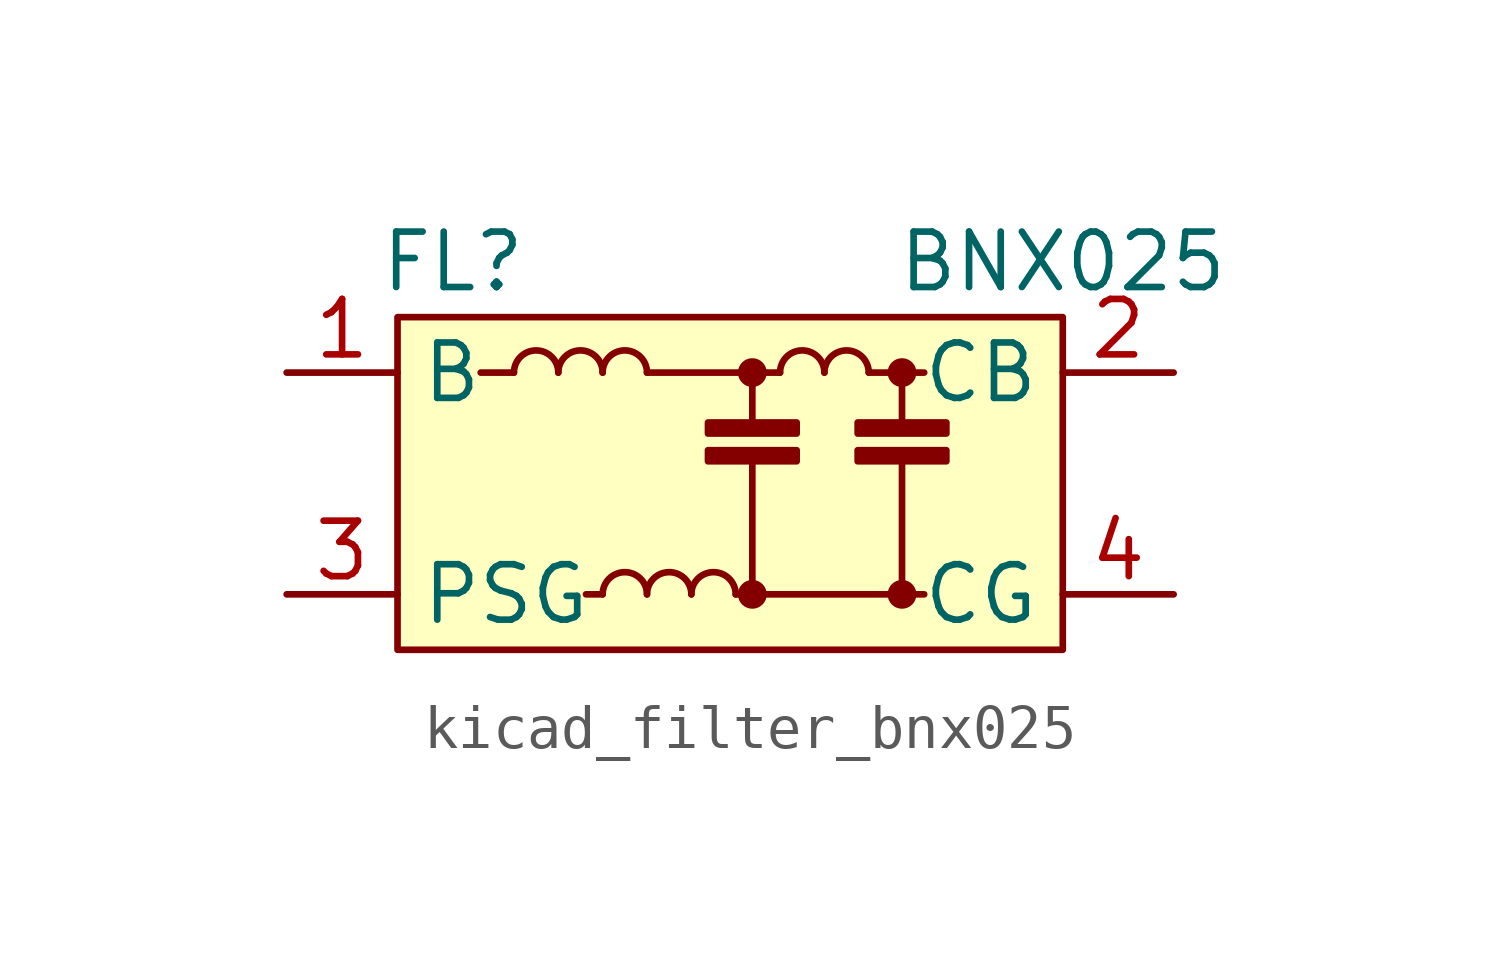
<source format=kicad_sym>
(kicad_symbol_lib
  (version 20220914)
  (generator kicad_symbol_editor)
  (symbol "kicad_filter_bnx025"
    (property "Reference" "FL"
      (at -6.35 5.08 0)
      (effects (font (size 1.27 1.27))))
    (property "Value" "BNX025"
      (at 7.62 5.08 0)
      (effects (font (size 1.27 1.27))))
    (symbol "kicad_filter_bnx025_0_1"
      (rectangle (start -7.62 3.81) (end 7.62 -3.81) (stroke (width 0) (type default)) (fill (type background)))
      (arc (start -1.905 -2.54) (mid -2.413 -2.0342) (end -2.921 -2.54) (stroke (width 0) (type default)) (fill (type none)))
      (arc (start -0.889 -2.54) (mid -1.397 -2.0342) (end -1.905 -2.54) (stroke (width 0) (type default)) (fill (type none)))
      (rectangle (start -0.508 0.508) (end 1.524 0.762) (stroke (width 0) (type default)) (fill (type outline)))
      (polyline (pts (xy -4.953 2.54) (xy -5.715 2.54)) (stroke (width 0) (type default)) (fill (type none)))
      (polyline (pts (xy -3.302 -2.54) (xy -2.921 -2.54)) (stroke (width 0) (type default)) (fill (type none)))
      (polyline (pts (xy 0.127 -2.54) (xy 0.508 -2.54)) (stroke (width 0) (type default)) (fill (type none)))
      (polyline (pts (xy 0.381 2.54) (xy -1.905 2.54)) (stroke (width 0) (type default)) (fill (type none)))
      (polyline (pts (xy 0.508 -2.54) (xy 0.508 0.508)) (stroke (width 0) (type default)) (fill (type none)))
      (polyline (pts (xy 0.508 2.54) (xy 0.508 1.27)) (stroke (width 0) (type default)) (fill (type none)))
      (polyline (pts (xy 1.143 2.54) (xy 0.508 2.54)) (stroke (width 0) (type default)) (fill (type none)))
      (polyline (pts (xy 3.175 2.54) (xy 3.937 2.54)) (stroke (width 0) (type default)) (fill (type none)))
      (polyline (pts (xy 3.937 -2.54) (xy 0.508 -2.54)) (stroke (width 0) (type default)) (fill (type none)))
      (polyline (pts (xy 3.937 -2.54) (xy 3.937 0.508)) (stroke (width 0) (type default)) (fill (type none)))
      (polyline (pts (xy 3.937 -2.54) (xy 4.445 -2.54)) (stroke (width 0) (type default)) (fill (type none)))
      (polyline (pts (xy 3.937 2.54) (xy 3.937 1.27)) (stroke (width 0) (type default)) (fill (type none)))
      (polyline (pts (xy 3.937 2.54) (xy 4.445 2.54)) (stroke (width 0) (type default)) (fill (type none)))
      (arc (start 0.127 -2.54) (mid -0.381 -2.0342) (end -0.889 -2.54) (stroke (width 0) (type default)) (fill (type none)))
      (circle (center 0.508 2.54) (radius 0.254) (stroke (width 0) (type default)) (fill (type outline)))
      (rectangle (start 1.524 1.143) (end -0.508 1.397) (stroke (width 0) (type default)) (fill (type outline)))
      (arc (start 2.159 2.54) (mid 1.651 3.0458) (end 1.143 2.54) (stroke (width 0) (type default)) (fill (type none)))
      (arc (start 3.175 2.54) (mid 2.667 3.0458) (end 2.159 2.54) (stroke (width 0) (type default)) (fill (type none))))
    (symbol "kicad_filter_bnx025_1_1"
      (arc (start -3.937 2.54) (mid -4.445 3.0458) (end -4.953 2.54) (stroke (width 0) (type default)) (fill (type none)))
      (arc (start -2.921 2.54) (mid -3.429 3.0458) (end -3.937 2.54) (stroke (width 0) (type default)) (fill (type none)))
      (arc (start -1.905 2.54) (mid -2.413 3.0458) (end -2.921 2.54) (stroke (width 0) (type default)) (fill (type none)))
      (circle (center 0.508 -2.54) (radius 0.254) (stroke (width 0) (type default)) (fill (type outline)))
      (rectangle (start 2.921 0.508) (end 4.953 0.762) (stroke (width 0) (type default)) (fill (type outline)))
      (circle (center 3.937 -2.54) (radius 0.254) (stroke (width 0) (type default)) (fill (type outline)))
      (circle (center 3.937 2.54) (radius 0.254) (stroke (width 0) (type default)) (fill (type outline)))
      (rectangle (start 4.953 1.143) (end 2.921 1.397) (stroke (width 0) (type default)) (fill (type outline)))
      (pin passive line (at -10.16 2.54 0) (length 2.54) (name "B" (effects (font (size 1.27 1.27)))) (number "1" (effects (font (size 1.27 1.27)))))
      (pin passive line (at 10.16 2.54 180) (length 2.54) (name "CB" (effects (font (size 1.27 1.27)))) (number "2" (effects (font (size 1.27 1.27)))))
      (pin passive line (at -10.16 -2.54 0) (length 2.54) (name "PSG" (effects (font (size 1.27 1.27)))) (number "3" (effects (font (size 1.27 1.27)))))
      (pin passive line (at 10.16 -2.54 180) (length 2.54) (name "CG" (effects (font (size 1.27 1.27)))) (number "4" (effects (font (size 1.27 1.27))))))))
</source>
